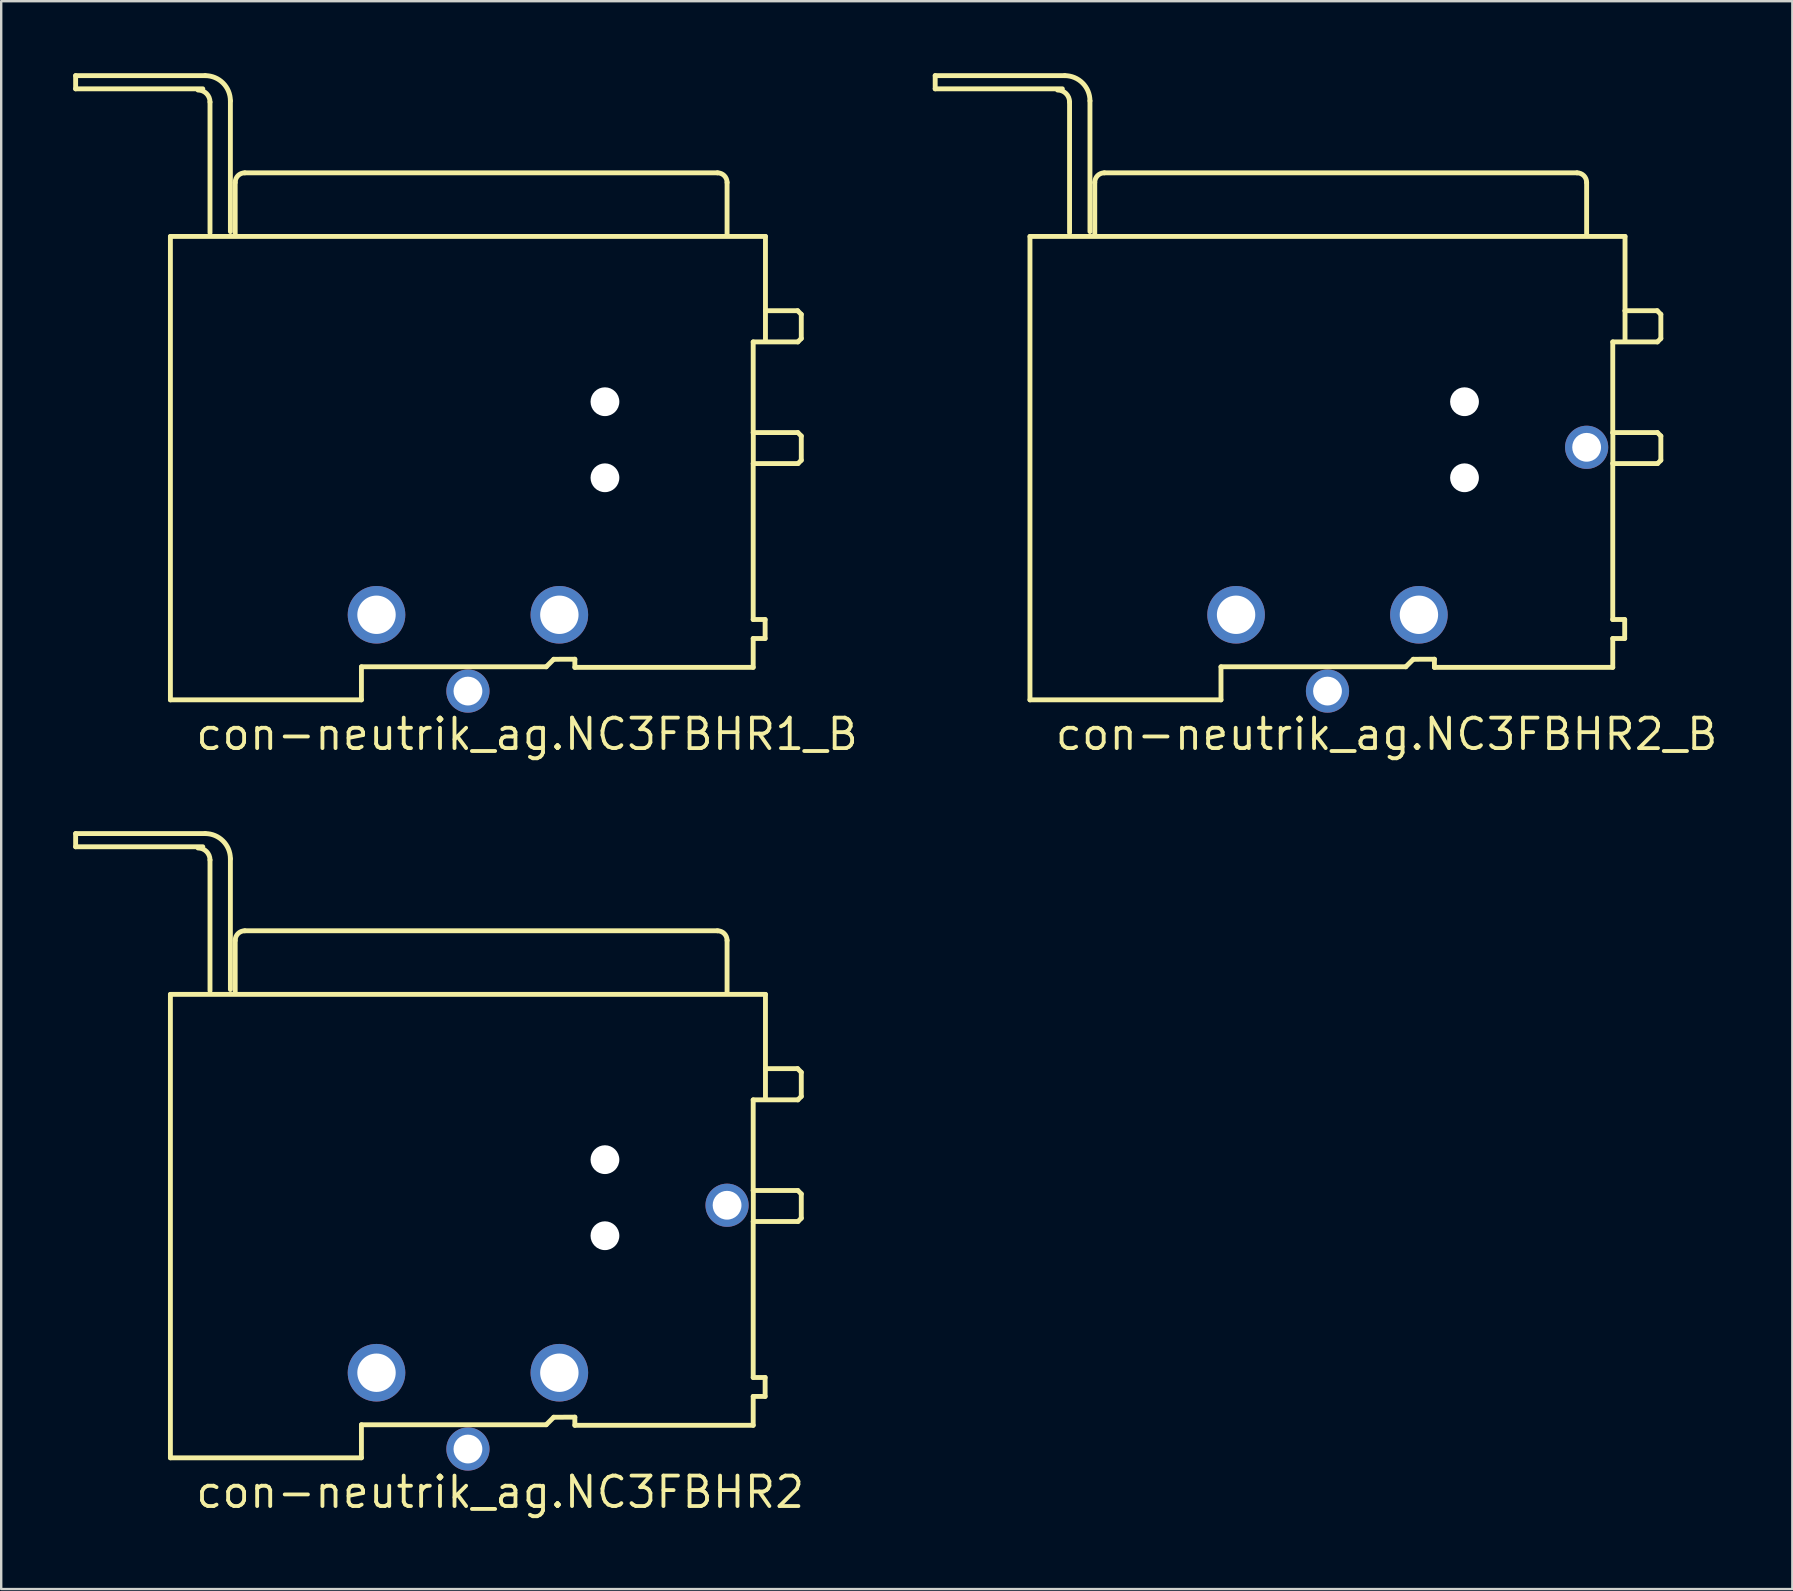
<source format=kicad_pcb>
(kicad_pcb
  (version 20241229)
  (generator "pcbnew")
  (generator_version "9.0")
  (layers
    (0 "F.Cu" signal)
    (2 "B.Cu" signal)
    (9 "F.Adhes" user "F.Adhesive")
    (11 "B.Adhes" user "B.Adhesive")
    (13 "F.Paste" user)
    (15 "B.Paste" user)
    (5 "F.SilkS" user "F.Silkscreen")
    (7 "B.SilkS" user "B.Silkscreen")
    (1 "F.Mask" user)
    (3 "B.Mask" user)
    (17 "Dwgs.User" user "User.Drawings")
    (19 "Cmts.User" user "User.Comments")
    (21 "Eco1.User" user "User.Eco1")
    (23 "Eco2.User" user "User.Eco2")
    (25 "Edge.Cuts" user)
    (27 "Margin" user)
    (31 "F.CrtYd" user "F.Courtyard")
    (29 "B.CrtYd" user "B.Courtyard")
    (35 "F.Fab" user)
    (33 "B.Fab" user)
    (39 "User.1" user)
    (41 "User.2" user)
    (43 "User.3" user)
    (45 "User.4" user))
  (footprint "con-neutrik_ag.NC3FBHR2"
    (layer "F.Cu")
    (at 16.452 57.341)
    (property "Reference" "con-neutrik_ag.NC3FBHR2" (at -11.43 2.54 0) (layer "F.SilkS") (effects (font (size 1.27 1.27) (thickness 0.16)) (justify left bottom)))
    (attr through_hole)
    (fp_line (start -16.35 -25.65) (end -16.35 -25.1) (stroke (width 0.203) (type default)) (layer "F.SilkS"))
    (fp_line (start -16.35 -25.1) (end -11.05 -25.1) (stroke (width 0.203) (type default)) (layer "F.SilkS"))
    (fp_line (start -12.4 -18.948) (end -12.4 0.366) (stroke (width 0.203) (type default)) (layer "F.SilkS"))
    (fp_line (start -12.4 0.366) (end -4.439 0.366) (stroke (width 0.203) (type default)) (layer "F.SilkS"))
    (fp_line (start -10.95 -25.65) (end -16.35 -25.65) (stroke (width 0.203) (type default)) (layer "F.SilkS"))
    (fp_line (start -10.75 -19.1) (end -10.75 -24.55) (stroke (width 0.203) (type default)) (layer "F.SilkS"))
    (fp_line (start -9.9 -19.15) (end -9.9 -24.6) (stroke (width 0.203) (type default)) (layer "F.SilkS"))
    (fp_line (start -9.7 -21.198) (end -9.7 -19.049) (stroke (width 0.203) (type default)) (layer "F.SilkS"))
    (fp_line (start -4.439 -1.012) (end 3.262 -1.012) (stroke (width 0.203) (type default)) (layer "F.SilkS"))
    (fp_line (start -4.439 0.366) (end -4.439 -1.012) (stroke (width 0.203) (type default)) (layer "F.SilkS"))
    (fp_line (start 3.262 -1.012) (end 3.576 -1.325) (stroke (width 0.203) (type default)) (layer "F.SilkS"))
    (fp_line (start 3.576 -1.325) (end 4.456 -1.328) (stroke (width 0.203) (type default)) (layer "F.SilkS"))
    (fp_line (start 4.456 -0.989) (end 11.889 -0.989) (stroke (width 0.203) (type default)) (layer "F.SilkS"))
    (fp_line (start 4.456 -1.328) (end 4.456 -0.989) (stroke (width 0.203) (type default)) (layer "F.SilkS"))
    (fp_line (start 10.4 -21.599) (end -9.3 -21.599) (stroke (width 0.203) (type default)) (layer "F.SilkS"))
    (fp_line (start 10.8 -19.049) (end 10.8 -21.198) (stroke (width 0.203) (type default)) (layer "F.SilkS"))
    (fp_line (start 11.889 -14.552) (end 13.75 -14.552) (stroke (width 0.203) (type default)) (layer "F.SilkS"))
    (fp_line (start 11.889 -10.774) (end 11.889 -14.552) (stroke (width 0.203) (type default)) (layer "F.SilkS"))
    (fp_line (start 11.889 -9.482) (end 13.755 -9.482) (stroke (width 0.203) (type default)) (layer "F.SilkS"))
    (fp_line (start 11.889 -2.982) (end 11.889 -9.482) (stroke (width 0.203) (type default)) (layer "F.SilkS"))
    (fp_line (start 11.889 -2.192) (end 12.386 -2.192) (stroke (width 0.203) (type default)) (layer "F.SilkS"))
    (fp_line (start 11.889 -0.989) (end 11.889 -2.192) (stroke (width 0.203) (type default)) (layer "F.SilkS"))
    (fp_line (start 11.893 -9.521) (end 11.893 -10.755) (stroke (width 0.203) (type default)) (layer "F.SilkS"))
    (fp_line (start 12.386 -2.982) (end 11.889 -2.982) (stroke (width 0.203) (type default)) (layer "F.SilkS"))
    (fp_line (start 12.386 -2.192) (end 12.386 -2.982) (stroke (width 0.203) (type default)) (layer "F.SilkS"))
    (fp_line (start 12.4 -18.948) (end -12.4 -18.948) (stroke (width 0.203) (type default)) (layer "F.SilkS"))
    (fp_line (start 12.4 -15.854) (end 12.4 -18.948) (stroke (width 0.203) (type default)) (layer "F.SilkS"))
    (fp_line (start 12.4 -14.609) (end 12.4 -15.844) (stroke (width 0.203) (type default)) (layer "F.SilkS"))
    (fp_line (start 13.74 -15.854) (end 12.4 -15.854) (stroke (width 0.203) (type default)) (layer "F.SilkS"))
    (fp_line (start 13.75 -14.552) (end 13.893 -14.695) (stroke (width 0.203) (type default)) (layer "F.SilkS"))
    (fp_line (start 13.75 -10.774) (end 11.889 -10.774) (stroke (width 0.203) (type default)) (layer "F.SilkS"))
    (fp_line (start 13.755 -9.482) (end 13.893 -9.62) (stroke (width 0.203) (type default)) (layer "F.SilkS"))
    (fp_line (start 13.893 -15.701) (end 13.74 -15.854) (stroke (width 0.203) (type default)) (layer "F.SilkS"))
    (fp_line (start 13.893 -14.695) (end 13.893 -15.701) (stroke (width 0.203) (type default)) (layer "F.SilkS"))
    (fp_line (start 13.893 -10.631) (end 13.75 -10.774) (stroke (width 0.203) (type default)) (layer "F.SilkS"))
    (fp_line (start 13.893 -9.62) (end 13.893 -10.631) (stroke (width 0.203) (type default)) (layer "F.SilkS"))
    (fp_arc (start -11.25 -25.05) (mid -10.896447 -24.903553) (end -10.75 -24.55) (stroke (width 0.2032) (type default)) (layer "F.SilkS"))
    (fp_arc (start -10.95 -25.65) (mid -10.207538 -25.342462) (end -9.9 -24.6) (stroke (width 0.2032) (type default)) (layer "F.SilkS"))
    (fp_arc (start -9.7 -21.1985) (mid -9.582843 -21.481343) (end -9.3 -21.5985) (stroke (width 0.2032) (type default)) (layer "F.SilkS"))
    (fp_arc (start 10.4 -21.5985) (mid 10.682843 -21.481343) (end 10.8 -21.1985) (stroke (width 0.2032) (type default)) (layer "F.SilkS"))
    (pad "" np_thru_hole circle (at 5.71 -12.06) (size 1.2 1.2) (drill 1.2) (layers "*.Cu" "*.Mask"))
    (pad "" np_thru_hole circle (at 5.71 -8.89) (size 1.2 1.2) (drill 1.2) (layers "*.Cu" "*.Mask"))
    (pad "1" thru_hole circle (at -3.81 -3.18) (size 2.4 2.4) (drill 1.6) (layers "*.Cu" "*.Mask"))
    (pad "2" thru_hole circle (at 0 0) (size 1.8 1.8) (drill 1.2) (layers "*.Cu" "*.Mask"))
    (pad "3" thru_hole circle (at 3.81 -3.18) (size 2.4 2.4) (drill 1.6) (layers "*.Cu" "*.Mask"))
    (pad "G" thru_hole circle (at 10.8 -10.16) (size 1.8 1.8) (drill 1.2) (layers "*.Cu" "*.Mask")))
  (footprint "con-neutrik_ag.NC3FBHR2_B"
    (layer "F.Cu")
    (at 52.276 25.752)
    (property "Reference" "con-neutrik_ag.NC3FBHR2_B" (at -11.43 2.54 0) (layer "F.SilkS") (effects (font (size 1.27 1.27) (thickness 0.16)) (justify left bottom)))
    (attr through_hole)
    (fp_line (start -16.35 -25.65) (end -16.35 -25.1) (stroke (width 0.203) (type default)) (layer "F.SilkS"))
    (fp_line (start -16.35 -25.1) (end -11.05 -25.1) (stroke (width 0.203) (type default)) (layer "F.SilkS"))
    (fp_line (start -12.4 -18.948) (end -12.4 0.366) (stroke (width 0.203) (type default)) (layer "F.SilkS"))
    (fp_line (start -12.4 0.366) (end -4.439 0.366) (stroke (width 0.203) (type default)) (layer "F.SilkS"))
    (fp_line (start -10.95 -25.65) (end -16.35 -25.65) (stroke (width 0.203) (type default)) (layer "F.SilkS"))
    (fp_line (start -10.75 -19.1) (end -10.75 -24.55) (stroke (width 0.203) (type default)) (layer "F.SilkS"))
    (fp_line (start -9.9 -19.15) (end -9.9 -24.6) (stroke (width 0.203) (type default)) (layer "F.SilkS"))
    (fp_line (start -9.7 -21.198) (end -9.7 -19.049) (stroke (width 0.203) (type default)) (layer "F.SilkS"))
    (fp_line (start -4.439 -1.012) (end 3.262 -1.012) (stroke (width 0.203) (type default)) (layer "F.SilkS"))
    (fp_line (start -4.439 0.366) (end -4.439 -1.012) (stroke (width 0.203) (type default)) (layer "F.SilkS"))
    (fp_line (start 3.262 -1.012) (end 3.576 -1.325) (stroke (width 0.203) (type default)) (layer "F.SilkS"))
    (fp_line (start 3.576 -1.325) (end 4.456 -1.328) (stroke (width 0.203) (type default)) (layer "F.SilkS"))
    (fp_line (start 4.456 -0.989) (end 11.889 -0.989) (stroke (width 0.203) (type default)) (layer "F.SilkS"))
    (fp_line (start 4.456 -1.328) (end 4.456 -0.989) (stroke (width 0.203) (type default)) (layer "F.SilkS"))
    (fp_line (start 10.4 -21.599) (end -9.3 -21.599) (stroke (width 0.203) (type default)) (layer "F.SilkS"))
    (fp_line (start 10.8 -19.049) (end 10.8 -21.198) (stroke (width 0.203) (type default)) (layer "F.SilkS"))
    (fp_line (start 11.889 -14.552) (end 13.75 -14.552) (stroke (width 0.203) (type default)) (layer "F.SilkS"))
    (fp_line (start 11.889 -10.774) (end 11.889 -14.552) (stroke (width 0.203) (type default)) (layer "F.SilkS"))
    (fp_line (start 11.889 -9.482) (end 13.755 -9.482) (stroke (width 0.203) (type default)) (layer "F.SilkS"))
    (fp_line (start 11.889 -2.982) (end 11.889 -9.482) (stroke (width 0.203) (type default)) (layer "F.SilkS"))
    (fp_line (start 11.889 -2.192) (end 12.386 -2.192) (stroke (width 0.203) (type default)) (layer "F.SilkS"))
    (fp_line (start 11.889 -0.989) (end 11.889 -2.192) (stroke (width 0.203) (type default)) (layer "F.SilkS"))
    (fp_line (start 11.893 -9.521) (end 11.893 -10.755) (stroke (width 0.203) (type default)) (layer "F.SilkS"))
    (fp_line (start 12.386 -2.982) (end 11.889 -2.982) (stroke (width 0.203) (type default)) (layer "F.SilkS"))
    (fp_line (start 12.386 -2.192) (end 12.386 -2.982) (stroke (width 0.203) (type default)) (layer "F.SilkS"))
    (fp_line (start 12.4 -18.948) (end -12.4 -18.948) (stroke (width 0.203) (type default)) (layer "F.SilkS"))
    (fp_line (start 12.4 -15.854) (end 12.4 -18.948) (stroke (width 0.203) (type default)) (layer "F.SilkS"))
    (fp_line (start 12.4 -14.609) (end 12.4 -15.844) (stroke (width 0.203) (type default)) (layer "F.SilkS"))
    (fp_line (start 13.74 -15.854) (end 12.4 -15.854) (stroke (width 0.203) (type default)) (layer "F.SilkS"))
    (fp_line (start 13.75 -14.552) (end 13.893 -14.695) (stroke (width 0.203) (type default)) (layer "F.SilkS"))
    (fp_line (start 13.75 -10.774) (end 11.889 -10.774) (stroke (width 0.203) (type default)) (layer "F.SilkS"))
    (fp_line (start 13.755 -9.482) (end 13.893 -9.62) (stroke (width 0.203) (type default)) (layer "F.SilkS"))
    (fp_line (start 13.893 -15.701) (end 13.74 -15.854) (stroke (width 0.203) (type default)) (layer "F.SilkS"))
    (fp_line (start 13.893 -14.695) (end 13.893 -15.701) (stroke (width 0.203) (type default)) (layer "F.SilkS"))
    (fp_line (start 13.893 -10.631) (end 13.75 -10.774) (stroke (width 0.203) (type default)) (layer "F.SilkS"))
    (fp_line (start 13.893 -9.62) (end 13.893 -10.631) (stroke (width 0.203) (type default)) (layer "F.SilkS"))
    (fp_arc (start -11.25 -25.05) (mid -10.896447 -24.903553) (end -10.75 -24.55) (stroke (width 0.2032) (type default)) (layer "F.SilkS"))
    (fp_arc (start -10.95 -25.65) (mid -10.207538 -25.342462) (end -9.9 -24.6) (stroke (width 0.2032) (type default)) (layer "F.SilkS"))
    (fp_arc (start -9.7 -21.1985) (mid -9.582843 -21.481343) (end -9.3 -21.5985) (stroke (width 0.2032) (type default)) (layer "F.SilkS"))
    (fp_arc (start 10.4 -21.5985) (mid 10.682843 -21.481343) (end 10.8 -21.1985) (stroke (width 0.2032) (type default)) (layer "F.SilkS"))
    (pad "" np_thru_hole circle (at 5.71 -12.06) (size 1.2 1.2) (drill 1.2) (layers "*.Cu" "*.Mask"))
    (pad "" np_thru_hole circle (at 5.71 -8.89) (size 1.2 1.2) (drill 1.2) (layers "*.Cu" "*.Mask"))
    (pad "1" thru_hole circle (at -3.81 -3.18) (size 2.4 2.4) (drill 1.6) (layers "*.Cu" "*.Mask"))
    (pad "2" thru_hole circle (at 0 0) (size 1.8 1.8) (drill 1.2) (layers "*.Cu" "*.Mask"))
    (pad "3" thru_hole circle (at 3.81 -3.18) (size 2.4 2.4) (drill 1.6) (layers "*.Cu" "*.Mask"))
    (pad "G" thru_hole circle (at 10.8 -10.16) (size 1.8 1.8) (drill 1.2) (layers "*.Cu" "*.Mask")))
  (footprint "con-neutrik_ag.NC3FBHR1_B"
    (layer "F.Cu")
    (at 16.452 25.752)
    (property "Reference" "con-neutrik_ag.NC3FBHR1_B" (at -11.43 2.54 0) (layer "F.SilkS") (effects (font (size 1.27 1.27) (thickness 0.16)) (justify left bottom)))
    (attr through_hole)
    (fp_line (start -16.35 -25.65) (end -16.35 -25.1) (stroke (width 0.203) (type default)) (layer "F.SilkS"))
    (fp_line (start -16.35 -25.1) (end -11.05 -25.1) (stroke (width 0.203) (type default)) (layer "F.SilkS"))
    (fp_line (start -12.4 -18.948) (end -12.4 0.366) (stroke (width 0.203) (type default)) (layer "F.SilkS"))
    (fp_line (start -12.4 0.366) (end -4.439 0.366) (stroke (width 0.203) (type default)) (layer "F.SilkS"))
    (fp_line (start -10.95 -25.65) (end -16.35 -25.65) (stroke (width 0.203) (type default)) (layer "F.SilkS"))
    (fp_line (start -10.75 -19.1) (end -10.75 -24.55) (stroke (width 0.203) (type default)) (layer "F.SilkS"))
    (fp_line (start -9.9 -19.15) (end -9.9 -24.6) (stroke (width 0.203) (type default)) (layer "F.SilkS"))
    (fp_line (start -9.7 -21.198) (end -9.7 -19.049) (stroke (width 0.203) (type default)) (layer "F.SilkS"))
    (fp_line (start -4.439 -1.012) (end 3.262 -1.012) (stroke (width 0.203) (type default)) (layer "F.SilkS"))
    (fp_line (start -4.439 0.366) (end -4.439 -1.012) (stroke (width 0.203) (type default)) (layer "F.SilkS"))
    (fp_line (start 3.262 -1.012) (end 3.576 -1.325) (stroke (width 0.203) (type default)) (layer "F.SilkS"))
    (fp_line (start 3.576 -1.325) (end 4.456 -1.328) (stroke (width 0.203) (type default)) (layer "F.SilkS"))
    (fp_line (start 4.456 -0.989) (end 11.889 -0.989) (stroke (width 0.203) (type default)) (layer "F.SilkS"))
    (fp_line (start 4.456 -1.328) (end 4.456 -0.989) (stroke (width 0.203) (type default)) (layer "F.SilkS"))
    (fp_line (start 10.4 -21.599) (end -9.3 -21.599) (stroke (width 0.203) (type default)) (layer "F.SilkS"))
    (fp_line (start 10.8 -19.049) (end 10.8 -21.198) (stroke (width 0.203) (type default)) (layer "F.SilkS"))
    (fp_line (start 11.889 -14.552) (end 13.75 -14.552) (stroke (width 0.203) (type default)) (layer "F.SilkS"))
    (fp_line (start 11.889 -10.774) (end 11.889 -14.552) (stroke (width 0.203) (type default)) (layer "F.SilkS"))
    (fp_line (start 11.889 -9.482) (end 13.755 -9.482) (stroke (width 0.203) (type default)) (layer "F.SilkS"))
    (fp_line (start 11.889 -2.982) (end 11.889 -9.482) (stroke (width 0.203) (type default)) (layer "F.SilkS"))
    (fp_line (start 11.889 -2.192) (end 12.386 -2.192) (stroke (width 0.203) (type default)) (layer "F.SilkS"))
    (fp_line (start 11.889 -0.989) (end 11.889 -2.192) (stroke (width 0.203) (type default)) (layer "F.SilkS"))
    (fp_line (start 11.893 -9.521) (end 11.893 -10.755) (stroke (width 0.203) (type default)) (layer "F.SilkS"))
    (fp_line (start 12.386 -2.982) (end 11.889 -2.982) (stroke (width 0.203) (type default)) (layer "F.SilkS"))
    (fp_line (start 12.386 -2.192) (end 12.386 -2.982) (stroke (width 0.203) (type default)) (layer "F.SilkS"))
    (fp_line (start 12.4 -18.948) (end -12.4 -18.948) (stroke (width 0.203) (type default)) (layer "F.SilkS"))
    (fp_line (start 12.4 -15.854) (end 12.4 -18.948) (stroke (width 0.203) (type default)) (layer "F.SilkS"))
    (fp_line (start 12.4 -14.609) (end 12.4 -15.844) (stroke (width 0.203) (type default)) (layer "F.SilkS"))
    (fp_line (start 13.74 -15.854) (end 12.4 -15.854) (stroke (width 0.203) (type default)) (layer "F.SilkS"))
    (fp_line (start 13.75 -14.552) (end 13.893 -14.695) (stroke (width 0.203) (type default)) (layer "F.SilkS"))
    (fp_line (start 13.75 -10.774) (end 11.889 -10.774) (stroke (width 0.203) (type default)) (layer "F.SilkS"))
    (fp_line (start 13.755 -9.482) (end 13.893 -9.62) (stroke (width 0.203) (type default)) (layer "F.SilkS"))
    (fp_line (start 13.893 -15.701) (end 13.74 -15.854) (stroke (width 0.203) (type default)) (layer "F.SilkS"))
    (fp_line (start 13.893 -14.695) (end 13.893 -15.701) (stroke (width 0.203) (type default)) (layer "F.SilkS"))
    (fp_line (start 13.893 -10.631) (end 13.75 -10.774) (stroke (width 0.203) (type default)) (layer "F.SilkS"))
    (fp_line (start 13.893 -9.62) (end 13.893 -10.631) (stroke (width 0.203) (type default)) (layer "F.SilkS"))
    (fp_arc (start -11.25 -25.05) (mid -10.896447 -24.903553) (end -10.75 -24.55) (stroke (width 0.2032) (type default)) (layer "F.SilkS"))
    (fp_arc (start -10.95 -25.65) (mid -10.207538 -25.342462) (end -9.9 -24.6) (stroke (width 0.2032) (type default)) (layer "F.SilkS"))
    (fp_arc (start -9.7 -21.1985) (mid -9.582843 -21.481343) (end -9.3 -21.5985) (stroke (width 0.2032) (type default)) (layer "F.SilkS"))
    (fp_arc (start 10.4 -21.5985) (mid 10.682843 -21.481343) (end 10.8 -21.1985) (stroke (width 0.2032) (type default)) (layer "F.SilkS"))
    (pad "" np_thru_hole circle (at 5.71 -12.06) (size 1.2 1.2) (drill 1.2) (layers "*.Cu" "*.Mask"))
    (pad "" np_thru_hole circle (at 5.71 -8.89) (size 1.2 1.2) (drill 1.2) (layers "*.Cu" "*.Mask"))
    (pad "1+G" thru_hole circle (at -3.81 -3.18) (size 2.4 2.4) (drill 1.6) (layers "*.Cu" "*.Mask"))
    (pad "2" thru_hole circle (at 0 0) (size 1.8 1.8) (drill 1.2) (layers "*.Cu" "*.Mask"))
    (pad "3" thru_hole circle (at 3.81 -3.18) (size 2.4 2.4) (drill 1.6) (layers "*.Cu" "*.Mask")))
  (gr_rect
    (start -3 -3)
    (end 71.649 63.178)
    (stroke (width 0.1) (type default))
    (fill no)
    (layer "Edge.Cuts")))
</source>
